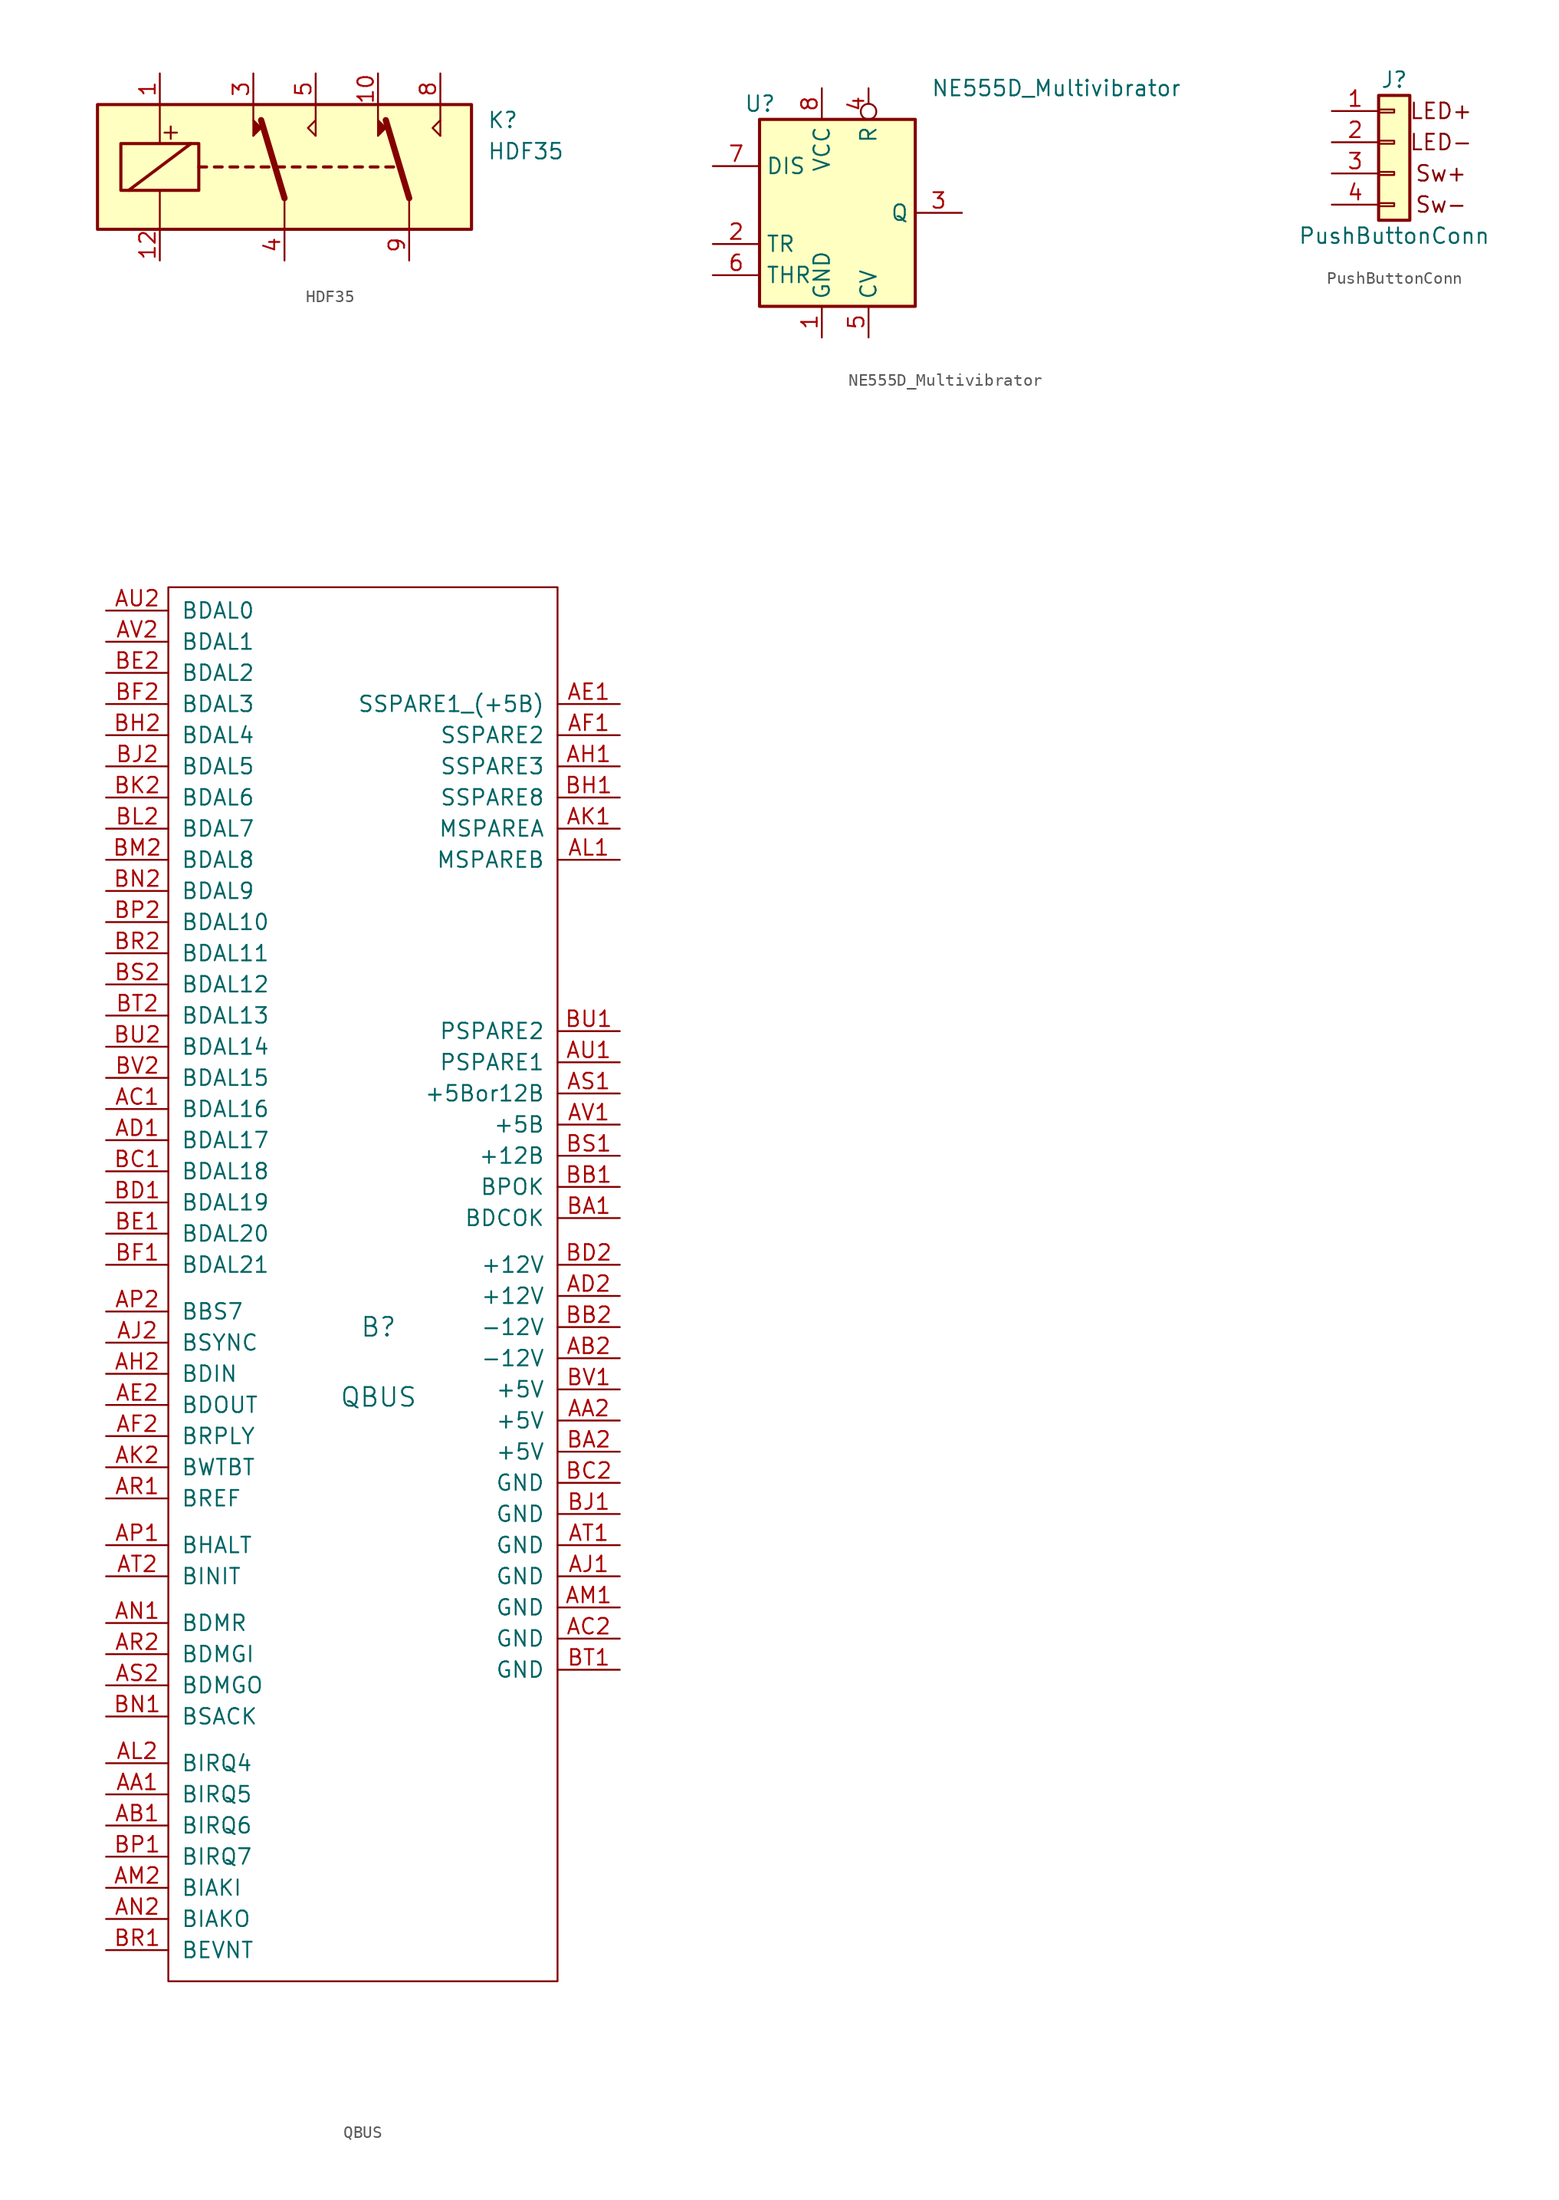
<source format=kicad_sym>
(kicad_symbol_lib
  (version 20231120)
  (generator "kicad_symbol_editor")
  (generator_version "8.0")
  (symbol "HDF35"
    (pin_names
      (offset 1.016))
    (property "Reference" "K"
      (at 21.59 3.81 0)
      (effects (font (size 1.27 1.27)) (justify left)))
    (property "Value" "HDF35"
      (at 21.59 1.27 0)
      (effects (font (size 1.27 1.27)) (justify left)))
    (symbol "HDF35_0_1"
      (rectangle (start -10.16 5.08) (end 20.32 -5.08) (stroke (width 0.254) (type solid)) (fill (type background)))
      (rectangle (start -8.255 1.905) (end -1.905 -1.905) (stroke (width 0.254) (type solid)) (fill (type none)))
      (polyline (pts (xy -7.62 -1.905) (xy -2.54 1.905)) (stroke (width 0.254) (type solid)) (fill (type none)))
      (polyline (pts (xy -5.08 -5.08) (xy -5.08 -1.905)) (stroke (width 0) (type solid)) (fill (type none)))
      (polyline (pts (xy -5.08 5.08) (xy -5.08 1.905)) (stroke (width 0) (type solid)) (fill (type none)))
      (polyline (pts (xy -4.699 2.794) (xy -3.683 2.794)) (stroke (width 0) (type solid)) (fill (type none)))
      (polyline (pts (xy -4.191 3.302) (xy -4.191 2.286)) (stroke (width 0) (type solid)) (fill (type none)))
      (polyline (pts (xy -1.905 0) (xy -1.27 0)) (stroke (width 0.254) (type solid)) (fill (type none)))
      (polyline (pts (xy -0.635 0) (xy 0 0)) (stroke (width 0.254) (type solid)) (fill (type none)))
      (polyline (pts (xy 0.635 0) (xy 1.27 0)) (stroke (width 0.254) (type solid)) (fill (type none)))
      (polyline (pts (xy 1.905 0) (xy 2.54 0)) (stroke (width 0.254) (type solid)) (fill (type none)))
      (polyline (pts (xy 2.54 2.54) (xy 2.54 5.08)) (stroke (width 0) (type solid)) (fill (type none)))
      (polyline (pts (xy 3.175 0) (xy 3.81 0)) (stroke (width 0.254) (type solid)) (fill (type none)))
      (polyline (pts (xy 4.445 0) (xy 5.08 0)) (stroke (width 0.254) (type solid)) (fill (type none)))
      (polyline (pts (xy 5.08 -2.54) (xy 3.175 3.81)) (stroke (width 0.508) (type solid)) (fill (type none)))
      (polyline (pts (xy 5.08 -2.54) (xy 5.08 -5.08)) (stroke (width 0) (type solid)) (fill (type none)))
      (polyline (pts (xy 5.715 0) (xy 6.35 0)) (stroke (width 0.254) (type solid)) (fill (type none)))
      (polyline (pts (xy 6.985 0) (xy 7.62 0)) (stroke (width 0.254) (type solid)) (fill (type none)))
      (polyline (pts (xy 7.62 2.54) (xy 7.62 5.08)) (stroke (width 0) (type solid)) (fill (type none)))
      (polyline (pts (xy 8.255 0) (xy 8.89 0)) (stroke (width 0.254) (type solid)) (fill (type none)))
      (polyline (pts (xy 9.525 0) (xy 10.16 0)) (stroke (width 0.254) (type solid)) (fill (type none)))
      (polyline (pts (xy 10.795 0) (xy 11.43 0)) (stroke (width 0.254) (type solid)) (fill (type none)))
      (polyline (pts (xy 12.065 0) (xy 12.7 0)) (stroke (width 0.254) (type solid)) (fill (type none)))
      (polyline (pts (xy 12.7 2.54) (xy 12.7 5.08)) (stroke (width 0) (type solid)) (fill (type none)))
      (polyline (pts (xy 13.335 0) (xy 13.97 0)) (stroke (width 0.254) (type solid)) (fill (type none)))
      (polyline (pts (xy 15.24 -2.54) (xy 13.335 3.81)) (stroke (width 0.508) (type solid)) (fill (type none)))
      (polyline (pts (xy 15.24 -2.54) (xy 15.24 -5.08)) (stroke (width 0) (type solid)) (fill (type none)))
      (polyline (pts (xy 17.78 2.54) (xy 17.78 5.08)) (stroke (width 0) (type solid)) (fill (type none)))
      (polyline (pts (xy 2.54 2.54) (xy 3.175 3.175) (xy 2.54 3.81)) (stroke (width 0) (type solid)) (fill (type outline)))
      (polyline (pts (xy 7.62 2.54) (xy 6.985 3.175) (xy 7.62 3.81)) (stroke (width 0) (type solid)) (fill (type none)))
      (polyline (pts (xy 12.7 2.54) (xy 13.335 3.175) (xy 12.7 3.81)) (stroke (width 0) (type solid)) (fill (type outline)))
      (polyline (pts (xy 17.78 2.54) (xy 17.145 3.175) (xy 17.78 3.81)) (stroke (width 0) (type solid)) (fill (type none))))
    (symbol "HDF35_1_1"
      (pin passive line (at -5.08 7.62 270) (length 2.54) (name "~" (effects (font (size 1.27 1.27)))) (number "1" (effects (font (size 1.27 1.27)))))
      (pin passive line (at 12.7 7.62 270) (length 2.54) (name "~" (effects (font (size 1.27 1.27)))) (number "10" (effects (font (size 1.27 1.27)))))
      (pin passive line (at -5.08 -7.62 90) (length 2.54) (name "~" (effects (font (size 1.27 1.27)))) (number "12" (effects (font (size 1.27 1.27)))))
      (pin passive line (at 2.54 7.62 270) (length 2.54) (name "~" (effects (font (size 1.27 1.27)))) (number "3" (effects (font (size 1.27 1.27)))))
      (pin passive line (at 5.08 -7.62 90) (length 2.54) (name "~" (effects (font (size 1.27 1.27)))) (number "4" (effects (font (size 1.27 1.27)))))
      (pin passive line (at 7.62 7.62 270) (length 2.54) (name "~" (effects (font (size 1.27 1.27)))) (number "5" (effects (font (size 1.27 1.27)))))
      (pin passive line (at 17.78 7.62 270) (length 2.54) (name "~" (effects (font (size 1.27 1.27)))) (number "8" (effects (font (size 1.27 1.27)))))
      (pin passive line (at 15.24 -7.62 90) (length 2.54) (name "~" (effects (font (size 1.27 1.27)))) (number "9" (effects (font (size 1.27 1.27)))))))
  (symbol "NE555D_Multivibrator"
    (property "Reference" "U"
      (at -10.16 8.89 0)
      (effects (font (size 1.27 1.27)) (justify left)))
    (property "Value" "NE555D_Multivibrator"
      (at 5.08 10.16 0)
      (effects (font (size 1.27 1.27)) (justify left)))
    (symbol "NE555D_Multivibrator_0_0"
      (pin power_in line (at -3.81 -10.16 90) (length 2.54) (name "GND" (effects (font (size 1.27 1.27)))) (number "1" (effects (font (size 1.27 1.27)))))
      (pin power_in line (at -3.81 10.16 270) (length 2.54) (name "VCC" (effects (font (size 1.27 1.27)))) (number "8" (effects (font (size 1.27 1.27))))))
    (symbol "NE555D_Multivibrator_0_1"
      (rectangle (start -8.89 -7.62) (end 3.81 7.62) (stroke (width 0.254) (type solid)) (fill (type background))))
    (symbol "NE555D_Multivibrator_1_1"
      (pin input line (at -12.7 -2.54 0) (length 3.81) (name "TR" (effects (font (size 1.27 1.27)))) (number "2" (effects (font (size 1.27 1.27)))))
      (pin output line (at 7.62 0 180) (length 3.81) (name "Q" (effects (font (size 1.27 1.27)))) (number "3" (effects (font (size 1.27 1.27)))))
      (pin input inverted (at 0 10.16 270) (length 2.54) (name "R" (effects (font (size 1.27 1.27)))) (number "4" (effects (font (size 1.27 1.27)))))
      (pin input line (at 0 -10.16 90) (length 2.54) (name "CV" (effects (font (size 1.27 1.27)))) (number "5" (effects (font (size 1.27 1.27)))))
      (pin input line (at -12.7 -5.08 0) (length 3.81) (name "THR" (effects (font (size 1.27 1.27)))) (number "6" (effects (font (size 1.27 1.27)))))
      (pin input line (at -12.7 3.81 0) (length 3.81) (name "DIS" (effects (font (size 1.27 1.27)))) (number "7" (effects (font (size 1.27 1.27)))))))
  (symbol "PushButtonConn"
    (pin_names
      (offset 1.016) hide)
    (property "Reference" "J"
      (at 0 5.08 0)
      (effects (font (size 1.27 1.27))))
    (property "Value" "PushButtonConn"
      (at 0 -7.62 0)
      (effects (font (size 1.27 1.27))))
    (symbol "PushButtonConn_0_0"
      (text "LED+" (at 3.81 2.54 0) (effects (font (size 1.27 1.27)))))
    (symbol "PushButtonConn_1_0"
      (text "LED-" (at 3.81 0 0) (effects (font (size 1.27 1.27))))
      (text "Sw+" (at 3.81 -2.54 0) (effects (font (size 1.27 1.27))))
      (text "Sw-" (at 3.81 -5.08 0) (effects (font (size 1.27 1.27)))))
    (symbol "PushButtonConn_1_1"
      (rectangle (start -1.27 -4.953) (end 0 -5.207) (stroke (width 0.152) (type solid)) (fill (type none)))
      (rectangle (start -1.27 -2.413) (end 0 -2.667) (stroke (width 0.152) (type solid)) (fill (type none)))
      (rectangle (start -1.27 0.127) (end 0 -0.127) (stroke (width 0.152) (type solid)) (fill (type none)))
      (rectangle (start -1.27 2.667) (end 0 2.413) (stroke (width 0.152) (type solid)) (fill (type none)))
      (rectangle (start -1.27 3.81) (end 1.27 -6.35) (stroke (width 0.254) (type solid)) (fill (type background)))
      (pin passive line (at -5.08 2.54 0) (length 3.81) (name "Pin_1" (effects (font (size 1.27 1.27)))) (number "1" (effects (font (size 1.27 1.27)))))
      (pin passive line (at -5.08 0 0) (length 3.81) (name "Pin_2" (effects (font (size 1.27 1.27)))) (number "2" (effects (font (size 1.27 1.27)))))
      (pin passive line (at -5.08 -2.54 0) (length 3.81) (name "Pin_3" (effects (font (size 1.27 1.27)))) (number "3" (effects (font (size 1.27 1.27)))))
      (pin passive line (at -5.08 -5.08 0) (length 3.81) (name "Pin_4" (effects (font (size 1.27 1.27)))) (number "4" (effects (font (size 1.27 1.27)))))))
  (symbol "QBUS"
    (pin_names
      (offset 1.016))
    (property "Reference" "B"
      (at -14.605 -5.08 0)
      (effects (font (size 1.524 1.524))))
    (property "Value" "QBUS"
      (at -14.605 -10.795 0)
      (effects (font (size 1.524 1.524))))
    (property "Footprint" ""
      (at 0 -3.81 0)
      (effects (font (size 1.524 1.524))))
    (property "Datasheet" ""
      (at 0 -3.81 0)
      (effects (font (size 1.524 1.524))))
    (symbol "QBUS_0_1"
      (rectangle (start -31.75 55.245) (end 0 -58.42) (stroke (width 0) (type solid)) (fill (type none))))
    (symbol "QBUS_1_1"
      (pin bidirectional line (at -36.83 -43.18 0) (length 5.08) (name "BIRQ5" (effects (font (size 1.27 1.27)))) (number "AA1" (effects (font (size 1.27 1.27)))))
      (pin power_in line (at 5.08 -12.7 180) (length 5.08) (name "+5V" (effects (font (size 1.27 1.27)))) (number "AA2" (effects (font (size 1.27 1.27)))))
      (pin bidirectional line (at -36.83 -45.72 0) (length 5.08) (name "BIRQ6" (effects (font (size 1.27 1.27)))) (number "AB1" (effects (font (size 1.27 1.27)))))
      (pin power_in line (at 5.08 -7.62 180) (length 5.08) (name "-12V" (effects (font (size 1.27 1.27)))) (number "AB2" (effects (font (size 1.27 1.27)))))
      (pin bidirectional line (at -36.83 12.7 0) (length 5.08) (name "BDAL16" (effects (font (size 1.27 1.27)))) (number "AC1" (effects (font (size 1.27 1.27)))))
      (pin power_in line (at 5.08 -30.48 180) (length 5.08) (name "GND" (effects (font (size 1.27 1.27)))) (number "AC2" (effects (font (size 1.27 1.27)))))
      (pin bidirectional line (at -36.83 10.16 0) (length 5.08) (name "BDAL17" (effects (font (size 1.27 1.27)))) (number "AD1" (effects (font (size 1.27 1.27)))))
      (pin power_in line (at 5.08 -2.54 180) (length 5.08) (name "+12V" (effects (font (size 1.27 1.27)))) (number "AD2" (effects (font (size 1.27 1.27)))))
      (pin bidirectional line (at 5.08 45.72 180) (length 5.08) (name "SSPARE1_(+5B)" (effects (font (size 1.27 1.27)))) (number "AE1" (effects (font (size 1.27 1.27)))))
      (pin bidirectional line (at -36.83 -11.43 0) (length 5.08) (name "BDOUT" (effects (font (size 1.27 1.27)))) (number "AE2" (effects (font (size 1.27 1.27)))))
      (pin bidirectional line (at 5.08 43.18 180) (length 5.08) (name "SSPARE2" (effects (font (size 1.27 1.27)))) (number "AF1" (effects (font (size 1.27 1.27)))))
      (pin bidirectional line (at -36.83 -13.97 0) (length 5.08) (name "BRPLY" (effects (font (size 1.27 1.27)))) (number "AF2" (effects (font (size 1.27 1.27)))))
      (pin bidirectional line (at 5.08 40.64 180) (length 5.08) (name "SSPARE3" (effects (font (size 1.27 1.27)))) (number "AH1" (effects (font (size 1.27 1.27)))))
      (pin bidirectional line (at -36.83 -8.89 0) (length 5.08) (name "BDIN" (effects (font (size 1.27 1.27)))) (number "AH2" (effects (font (size 1.27 1.27)))))
      (pin power_in line (at 5.08 -25.4 180) (length 5.08) (name "GND" (effects (font (size 1.27 1.27)))) (number "AJ1" (effects (font (size 1.27 1.27)))))
      (pin bidirectional line (at -36.83 -6.35 0) (length 5.08) (name "BSYNC" (effects (font (size 1.27 1.27)))) (number "AJ2" (effects (font (size 1.27 1.27)))))
      (pin bidirectional line (at 5.08 35.56 180) (length 5.08) (name "MSPAREA" (effects (font (size 1.27 1.27)))) (number "AK1" (effects (font (size 1.27 1.27)))))
      (pin bidirectional line (at -36.83 -16.51 0) (length 5.08) (name "BWTBT" (effects (font (size 1.27 1.27)))) (number "AK2" (effects (font (size 1.27 1.27)))))
      (pin bidirectional line (at 5.08 33.02 180) (length 5.08) (name "MSPAREB" (effects (font (size 1.27 1.27)))) (number "AL1" (effects (font (size 1.27 1.27)))))
      (pin bidirectional line (at -36.83 -40.64 0) (length 5.08) (name "BIRQ4" (effects (font (size 1.27 1.27)))) (number "AL2" (effects (font (size 1.27 1.27)))))
      (pin power_in line (at 5.08 -27.94 180) (length 5.08) (name "GND" (effects (font (size 1.27 1.27)))) (number "AM1" (effects (font (size 1.27 1.27)))))
      (pin bidirectional line (at -36.83 -50.8 0) (length 5.08) (name "BIAKI" (effects (font (size 1.27 1.27)))) (number "AM2" (effects (font (size 1.27 1.27)))))
      (pin bidirectional line (at -36.83 -29.21 0) (length 5.08) (name "BDMR" (effects (font (size 1.27 1.27)))) (number "AN1" (effects (font (size 1.27 1.27)))))
      (pin bidirectional line (at -36.83 -53.34 0) (length 5.08) (name "BIAKO" (effects (font (size 1.27 1.27)))) (number "AN2" (effects (font (size 1.27 1.27)))))
      (pin bidirectional line (at -36.83 -22.86 0) (length 5.08) (name "BHALT" (effects (font (size 1.27 1.27)))) (number "AP1" (effects (font (size 1.27 1.27)))))
      (pin bidirectional line (at -36.83 -3.81 0) (length 5.08) (name "BBS7" (effects (font (size 1.27 1.27)))) (number "AP2" (effects (font (size 1.27 1.27)))))
      (pin bidirectional line (at -36.83 -19.05 0) (length 5.08) (name "BREF" (effects (font (size 1.27 1.27)))) (number "AR1" (effects (font (size 1.27 1.27)))))
      (pin bidirectional line (at -36.83 -31.75 0) (length 5.08) (name "BDMGI" (effects (font (size 1.27 1.27)))) (number "AR2" (effects (font (size 1.27 1.27)))))
      (pin power_in line (at 5.08 13.97 180) (length 5.08) (name "+5Bor12B" (effects (font (size 1.27 1.27)))) (number "AS1" (effects (font (size 1.27 1.27)))))
      (pin bidirectional line (at -36.83 -34.29 0) (length 5.08) (name "BDMGO" (effects (font (size 1.27 1.27)))) (number "AS2" (effects (font (size 1.27 1.27)))))
      (pin power_in line (at 5.08 -22.86 180) (length 5.08) (name "GND" (effects (font (size 1.27 1.27)))) (number "AT1" (effects (font (size 1.27 1.27)))))
      (pin bidirectional line (at -36.83 -25.4 0) (length 5.08) (name "BINIT" (effects (font (size 1.27 1.27)))) (number "AT2" (effects (font (size 1.27 1.27)))))
      (pin power_in line (at 5.08 16.51 180) (length 5.08) (name "PSPARE1" (effects (font (size 1.27 1.27)))) (number "AU1" (effects (font (size 1.27 1.27)))))
      (pin bidirectional line (at -36.83 53.34 0) (length 5.08) (name "BDAL0" (effects (font (size 1.27 1.27)))) (number "AU2" (effects (font (size 1.27 1.27)))))
      (pin power_in line (at 5.08 11.43 180) (length 5.08) (name "+5B" (effects (font (size 1.27 1.27)))) (number "AV1" (effects (font (size 1.27 1.27)))))
      (pin bidirectional line (at -36.83 50.8 0) (length 5.08) (name "BDAL1" (effects (font (size 1.27 1.27)))) (number "AV2" (effects (font (size 1.27 1.27)))))
      (pin bidirectional line (at 5.08 3.81 180) (length 5.08) (name "BDCOK" (effects (font (size 1.27 1.27)))) (number "BA1" (effects (font (size 1.27 1.27)))))
      (pin power_in line (at 5.08 -15.24 180) (length 5.08) (name "+5V" (effects (font (size 1.27 1.27)))) (number "BA2" (effects (font (size 1.27 1.27)))))
      (pin bidirectional line (at 5.08 6.35 180) (length 5.08) (name "BPOK" (effects (font (size 1.27 1.27)))) (number "BB1" (effects (font (size 1.27 1.27)))))
      (pin power_in line (at 5.08 -5.08 180) (length 5.08) (name "-12V" (effects (font (size 1.27 1.27)))) (number "BB2" (effects (font (size 1.27 1.27)))))
      (pin bidirectional line (at -36.83 7.62 0) (length 5.08) (name "BDAL18" (effects (font (size 1.27 1.27)))) (number "BC1" (effects (font (size 1.27 1.27)))))
      (pin power_in line (at 5.08 -17.78 180) (length 5.08) (name "GND" (effects (font (size 1.27 1.27)))) (number "BC2" (effects (font (size 1.27 1.27)))))
      (pin bidirectional line (at -36.83 5.08 0) (length 5.08) (name "BDAL19" (effects (font (size 1.27 1.27)))) (number "BD1" (effects (font (size 1.27 1.27)))))
      (pin power_in line (at 5.08 0 180) (length 5.08) (name "+12V" (effects (font (size 1.27 1.27)))) (number "BD2" (effects (font (size 1.27 1.27)))))
      (pin bidirectional line (at -36.83 2.54 0) (length 5.08) (name "BDAL20" (effects (font (size 1.27 1.27)))) (number "BE1" (effects (font (size 1.27 1.27)))))
      (pin bidirectional line (at -36.83 48.26 0) (length 5.08) (name "BDAL2" (effects (font (size 1.27 1.27)))) (number "BE2" (effects (font (size 1.27 1.27)))))
      (pin bidirectional line (at -36.83 0 0) (length 5.08) (name "BDAL21" (effects (font (size 1.27 1.27)))) (number "BF1" (effects (font (size 1.27 1.27)))))
      (pin bidirectional line (at -36.83 45.72 0) (length 5.08) (name "BDAL3" (effects (font (size 1.27 1.27)))) (number "BF2" (effects (font (size 1.27 1.27)))))
      (pin bidirectional line (at 5.08 38.1 180) (length 5.08) (name "SSPARE8" (effects (font (size 1.27 1.27)))) (number "BH1" (effects (font (size 1.27 1.27)))))
      (pin bidirectional line (at -36.83 43.18 0) (length 5.08) (name "BDAL4" (effects (font (size 1.27 1.27)))) (number "BH2" (effects (font (size 1.27 1.27)))))
      (pin power_in line (at 5.08 -20.32 180) (length 5.08) (name "GND" (effects (font (size 1.27 1.27)))) (number "BJ1" (effects (font (size 1.27 1.27)))))
      (pin bidirectional line (at -36.83 40.64 0) (length 5.08) (name "BDAL5" (effects (font (size 1.27 1.27)))) (number "BJ2" (effects (font (size 1.27 1.27)))))
      (pin bidirectional line (at -36.83 38.1 0) (length 5.08) (name "BDAL6" (effects (font (size 1.27 1.27)))) (number "BK2" (effects (font (size 1.27 1.27)))))
      (pin bidirectional line (at -36.83 35.56 0) (length 5.08) (name "BDAL7" (effects (font (size 1.27 1.27)))) (number "BL2" (effects (font (size 1.27 1.27)))))
      (pin bidirectional line (at -36.83 33.02 0) (length 5.08) (name "BDAL8" (effects (font (size 1.27 1.27)))) (number "BM2" (effects (font (size 1.27 1.27)))))
      (pin bidirectional line (at -36.83 -36.83 0) (length 5.08) (name "BSACK" (effects (font (size 1.27 1.27)))) (number "BN1" (effects (font (size 1.27 1.27)))))
      (pin bidirectional line (at -36.83 30.48 0) (length 5.08) (name "BDAL9" (effects (font (size 1.27 1.27)))) (number "BN2" (effects (font (size 1.27 1.27)))))
      (pin bidirectional line (at -36.83 -48.26 0) (length 5.08) (name "BIRQ7" (effects (font (size 1.27 1.27)))) (number "BP1" (effects (font (size 1.27 1.27)))))
      (pin bidirectional line (at -36.83 27.94 0) (length 5.08) (name "BDAL10" (effects (font (size 1.27 1.27)))) (number "BP2" (effects (font (size 1.27 1.27)))))
      (pin bidirectional line (at -36.83 -55.88 0) (length 5.08) (name "BEVNT" (effects (font (size 1.27 1.27)))) (number "BR1" (effects (font (size 1.27 1.27)))))
      (pin bidirectional line (at -36.83 25.4 0) (length 5.08) (name "BDAL11" (effects (font (size 1.27 1.27)))) (number "BR2" (effects (font (size 1.27 1.27)))))
      (pin power_in line (at 5.08 8.89 180) (length 5.08) (name "+12B" (effects (font (size 1.27 1.27)))) (number "BS1" (effects (font (size 1.27 1.27)))))
      (pin bidirectional line (at -36.83 22.86 0) (length 5.08) (name "BDAL12" (effects (font (size 1.27 1.27)))) (number "BS2" (effects (font (size 1.27 1.27)))))
      (pin power_in line (at 5.08 -33.02 180) (length 5.08) (name "GND" (effects (font (size 1.27 1.27)))) (number "BT1" (effects (font (size 1.27 1.27)))))
      (pin bidirectional line (at -36.83 20.32 0) (length 5.08) (name "BDAL13" (effects (font (size 1.27 1.27)))) (number "BT2" (effects (font (size 1.27 1.27)))))
      (pin power_in line (at 5.08 19.05 180) (length 5.08) (name "PSPARE2" (effects (font (size 1.27 1.27)))) (number "BU1" (effects (font (size 1.27 1.27)))))
      (pin bidirectional line (at -36.83 17.78 0) (length 5.08) (name "BDAL14" (effects (font (size 1.27 1.27)))) (number "BU2" (effects (font (size 1.27 1.27)))))
      (pin power_in line (at 5.08 -10.16 180) (length 5.08) (name "+5V" (effects (font (size 1.27 1.27)))) (number "BV1" (effects (font (size 1.27 1.27)))))
      (pin bidirectional line (at -36.83 15.24 0) (length 5.08) (name "BDAL15" (effects (font (size 1.27 1.27)))) (number "BV2" (effects (font (size 1.27 1.27))))))))
</source>
